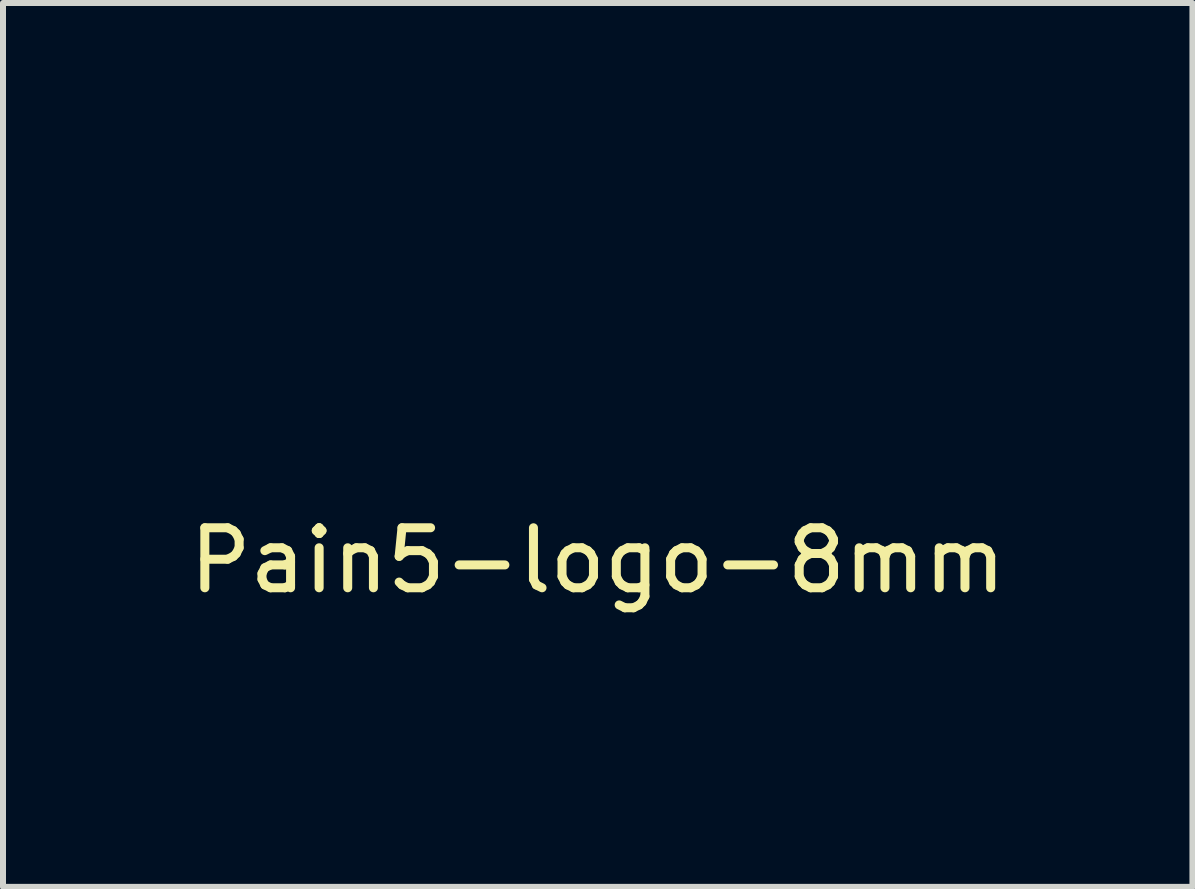
<source format=kicad_pcb>
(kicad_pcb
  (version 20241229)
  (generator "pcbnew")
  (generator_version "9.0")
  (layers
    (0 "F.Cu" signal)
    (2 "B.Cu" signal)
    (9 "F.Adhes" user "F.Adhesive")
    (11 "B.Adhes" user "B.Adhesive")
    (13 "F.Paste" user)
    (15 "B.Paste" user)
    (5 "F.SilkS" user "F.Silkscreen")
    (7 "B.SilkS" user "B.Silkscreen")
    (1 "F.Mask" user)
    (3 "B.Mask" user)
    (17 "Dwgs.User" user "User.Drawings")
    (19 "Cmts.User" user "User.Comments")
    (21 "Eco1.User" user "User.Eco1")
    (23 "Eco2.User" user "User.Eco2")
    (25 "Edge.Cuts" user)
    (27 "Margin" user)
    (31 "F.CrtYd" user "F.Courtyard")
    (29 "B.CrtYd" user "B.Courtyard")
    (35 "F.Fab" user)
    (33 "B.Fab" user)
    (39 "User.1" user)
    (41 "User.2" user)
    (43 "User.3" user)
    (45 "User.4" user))
  (footprint "Pain5-logo-8mm"
    (layer "F.Cu")
    (at 6.911 5.79)
    (property "Reference" "Pain5-logo-8mm" (at 0 0.5 0) (layer "F.SilkS") (effects (font (size 1 1) (thickness 0.15))))
    (attr through_hole)
    (fp_line (start -1.945 -0.31) (end -1.945 -0.224) (stroke (width 0.00002) (type solid)) (layer "F.SilkS"))
    (fp_line (start -1.945 -0.224) (end -1.944 -0.179) (stroke (width 0.00002) (type solid)) (layer "F.SilkS"))
    (fp_line (start -1.944 -0.179) (end -1.94 -0.111) (stroke (width 0.00002) (type solid)) (layer "F.SilkS"))
    (fp_line (start -1.94 -0.111) (end -1.935 -0.035) (stroke (width 0.00002) (type solid)) (layer "F.SilkS"))
    (fp_line (start -1.935 -0.035) (end -1.93 0.04) (stroke (width 0.00002) (type solid)) (layer "F.SilkS"))
    (fp_line (start -1.93 0.04) (end -1.922 0.132) (stroke (width 0.00002) (type solid)) (layer "F.SilkS"))
    (fp_line (start -1.922 0.132) (end -1.912 0.268) (stroke (width 0.00002) (type solid)) (layer "F.SilkS"))
    (fp_line (start -1.912 0.268) (end -1.9 0.421) (stroke (width 0.00002) (type solid)) (layer "F.SilkS"))
    (fp_line (start -1.9 0.421) (end -1.89 0.568) (stroke (width 0.00002) (type solid)) (layer "F.SilkS"))
    (fp_line (start -1.891 -0.364) (end -1.945 -0.31) (stroke (width 0.00002) (type solid)) (layer "F.SilkS"))
    (fp_line (start -1.89 0.568) (end -1.866 0.901) (stroke (width 0.00002) (type solid)) (layer "F.SilkS"))
    (fp_line (start -1.866 0.901) (end -1.852 1.069) (stroke (width 0.00002) (type solid)) (layer "F.SilkS"))
    (fp_line (start -1.858 -0.395) (end -1.891 -0.364) (stroke (width 0.00002) (type solid)) (layer "F.SilkS"))
    (fp_line (start -1.852 1.069) (end -1.843 1.17) (stroke (width 0.00002) (type solid)) (layer "F.SilkS"))
    (fp_line (start -1.592 -0.3) (end -1.633 -0.344) (stroke (width 0.00002) (type solid)) (layer "F.SilkS"))
    (fp_line (start -1.502 -0.328) (end -1.592 -0.3) (stroke (width 0.00002) (type solid)) (layer "F.SilkS"))
    (fp_line (start -1.498 0.859) (end -1.504 0.73) (stroke (width 0.00002) (type solid)) (layer "F.SilkS"))
    (fp_line (start -1.49 1.07) (end -1.498 0.859) (stroke (width 0.00002) (type solid)) (layer "F.SilkS"))
    (fp_line (start -1.49 1.172) (end -1.49 1.07) (stroke (width 0.00002) (type solid)) (layer "F.SilkS"))
    (fp_line (start -1.486 0.059) (end -1.434 0.038) (stroke (width 0.00002) (type solid)) (layer "F.SilkS"))
    (fp_line (start -1.479 0.225) (end -1.535 0.181) (stroke (width 0.00002) (type solid)) (layer "F.SilkS"))
    (fp_line (start -1.476 0.671) (end -1.444 0.675) (stroke (width 0.00002) (type solid)) (layer "F.SilkS"))
    (fp_line (start -1.444 0.675) (end -1.406 0.678) (stroke (width 0.00002) (type solid)) (layer "F.SilkS"))
    (fp_line (start -1.418 0.267) (end -1.479 0.225) (stroke (width 0.00002) (type solid)) (layer "F.SilkS"))
    (fp_line (start -1.406 0.678) (end -1.365 0.68) (stroke (width 0.00002) (type solid)) (layer "F.SilkS"))
    (fp_line (start -1.365 0.68) (end -1.306 0.682) (stroke (width 0.00002) (type solid)) (layer "F.SilkS"))
    (fp_line (start -1.341 0.017) (end -1.287 0.014) (stroke (width 0.00002) (type solid)) (layer "F.SilkS"))
    (fp_line (start -1.287 0.014) (end -1.254 0.014) (stroke (width 0.00002) (type solid)) (layer "F.SilkS"))
    (fp_line (start -1.234 0.675) (end -1.196 0.664) (stroke (width 0.00002) (type solid)) (layer "F.SilkS"))
    (fp_line (start -0.914 0.408) (end -0.881 0.333) (stroke (width 0.00002) (type solid)) (layer "F.SilkS"))
    (fp_line (start -0.846 0.193) (end -0.838 0.108) (stroke (width 0.00002) (type solid)) (layer "F.SilkS"))
    (fp_line (start -0.435 1.344) (end -0.424 1.436) (stroke (width 0.00002) (type solid)) (layer "F.SilkS"))
    (fp_line (start -0.364 1.231) (end -0.435 1.344) (stroke (width 0.00002) (type solid)) (layer "F.SilkS"))
    (fp_line (start -0.313 1.153) (end -0.364 1.231) (stroke (width 0.00002) (type solid)) (layer "F.SilkS"))
    (fp_line (start -0.166 1.053) (end -0.193 1.062) (stroke (width 0.00002) (type solid)) (layer "F.SilkS"))
    (fp_line (start -0.136 1.04) (end -0.166 1.053) (stroke (width 0.00002) (type solid)) (layer "F.SilkS"))
    (fp_line (start -0.135 -1.875) (end -0.014 -1.639) (stroke (width 0.00002) (type solid)) (layer "F.SilkS"))
    (fp_line (start -0.125 -3.149) (end -0.135 -1.875) (stroke (width 0.00002) (type solid)) (layer "F.SilkS"))
    (fp_line (start -0.111 -4.432) (end -0.125 -3.149) (stroke (width 0.00002) (type solid)) (layer "F.SilkS"))
    (fp_line (start -0.105 1.027) (end -0.136 1.04) (stroke (width 0.00002) (type solid)) (layer "F.SilkS"))
    (fp_line (start -0.089 -4.932) (end -0.111 -4.432) (stroke (width 0.00002) (type solid)) (layer "F.SilkS"))
    (fp_line (start -0.025 -0.074) (end 0.039 -0.076) (stroke (width 0.00002) (type solid)) (layer "F.SilkS"))
    (fp_line (start -0.014 -1.639) (end 0.095 -1.428) (stroke (width 0.00002) (type solid)) (layer "F.SilkS"))
    (fp_line (start 0.039 -0.076) (end 0.104 -0.072) (stroke (width 0.00002) (type solid)) (layer "F.SilkS"))
    (fp_line (start 0.095 -1.428) (end 0.16 -1.314) (stroke (width 0.00002) (type solid)) (layer "F.SilkS"))
    (fp_line (start 0.143 0.572) (end 0.185 0.554) (stroke (width 0.00002) (type solid)) (layer "F.SilkS"))
    (fp_line (start 0.154 -0.062) (end 0.183 -0.052) (stroke (width 0.00002) (type solid)) (layer "F.SilkS"))
    (fp_line (start 0.158 0.961) (end 0.008 0.99) (stroke (width 0.00002) (type solid)) (layer "F.SilkS"))
    (fp_line (start 0.185 0.554) (end 0.186 0.606) (stroke (width 0.00002) (type solid)) (layer "F.SilkS"))
    (fp_line (start 0.338 -0.387) (end 0.244 -0.412) (stroke (width 0.00002) (type solid)) (layer "F.SilkS"))
    (fp_line (start 0.351 0.938) (end 0.158 0.961) (stroke (width 0.00002) (type solid)) (layer "F.SilkS"))
    (fp_line (start 0.384 -0.416) (end 0.338 -0.387) (stroke (width 0.00002) (type solid)) (layer "F.SilkS"))
    (fp_line (start 0.404 -0.429) (end 0.384 -0.416) (stroke (width 0.00002) (type solid)) (layer "F.SilkS"))
    (fp_line (start 0.427 -0.442) (end 0.404 -0.429) (stroke (width 0.00002) (type solid)) (layer "F.SilkS"))
    (fp_line (start 0.449 -0.453) (end 0.427 -0.442) (stroke (width 0.00002) (type solid)) (layer "F.SilkS"))
    (fp_line (start 0.465 -0.461) (end 0.449 -0.453) (stroke (width 0.00002) (type solid)) (layer "F.SilkS"))
    (fp_line (start 0.502 -0.472) (end 0.482 -0.467) (stroke (width 0.00002) (type solid)) (layer "F.SilkS"))
    (fp_line (start 0.522 -0.476) (end 0.502 -0.472) (stroke (width 0.00002) (type solid)) (layer "F.SilkS"))
    (fp_line (start 0.525 0.649) (end 0.576 0.435) (stroke (width 0.00002) (type solid)) (layer "F.SilkS"))
    (fp_line (start 0.576 0.435) (end 0.623 0.22) (stroke (width 0.00002) (type solid)) (layer "F.SilkS"))
    (fp_line (start 0.601 0.921) (end 0.351 0.938) (stroke (width 0.00002) (type solid)) (layer "F.SilkS"))
    (fp_line (start 0.623 0.22) (end 0.652 0.058) (stroke (width 0.00002) (type solid)) (layer "F.SilkS"))
    (fp_line (start 0.652 0.058) (end 0.664 -0.052) (stroke (width 0.00002) (type solid)) (layer "F.SilkS"))
    (fp_line (start 0.664 -0.052) (end 0.669 -0.173) (stroke (width 0.00002) (type solid)) (layer "F.SilkS"))
    (fp_line (start 0.669 -0.173) (end 0.667 -0.285) (stroke (width 0.00002) (type solid)) (layer "F.SilkS"))
    (fp_line (start 0.778 -0.953) (end 0.94 -0.934) (stroke (width 0.00002) (type solid)) (layer "F.SilkS"))
    (fp_line (start 0.79 0.916) (end 0.601 0.921) (stroke (width 0.00002) (type solid)) (layer "F.SilkS"))
    (fp_line (start 0.94 -0.934) (end 1.144 -0.919) (stroke (width 0.00002) (type solid)) (layer "F.SilkS"))
    (fp_line (start 0.951 0.92) (end 0.79 0.916) (stroke (width 0.00002) (type solid)) (layer "F.SilkS"))
    (fp_line (start 0.999 0.488) (end 0.996 0.657) (stroke (width 0.00002) (type solid)) (layer "F.SilkS"))
    (fp_line (start 1.007 0.254) (end 0.999 0.488) (stroke (width 0.00002) (type solid)) (layer "F.SilkS"))
    (fp_line (start 1.021 0.052) (end 1.007 0.254) (stroke (width 0.00002) (type solid)) (layer "F.SilkS"))
    (fp_line (start 1.037 -0.111) (end 1.021 0.052) (stroke (width 0.00002) (type solid)) (layer "F.SilkS"))
    (fp_line (start 1.101 0.935) (end 0.951 0.92) (stroke (width 0.00002) (type solid)) (layer "F.SilkS"))
    (fp_line (start 1.114 -5.726) (end 0.99 -5.76) (stroke (width 0.00002) (type solid)) (layer "F.SilkS"))
    (fp_line (start 1.144 -0.919) (end 1.449 -0.904) (stroke (width 0.00002) (type solid)) (layer "F.SilkS"))
    (fp_line (start 1.168 -5.71) (end 1.114 -5.726) (stroke (width 0.00002) (type solid)) (layer "F.SilkS"))
    (fp_line (start 1.228 -5.694) (end 1.168 -5.71) (stroke (width 0.00002) (type solid)) (layer "F.SilkS"))
    (fp_line (start 1.255 0.962) (end 1.101 0.935) (stroke (width 0.00002) (type solid)) (layer "F.SilkS"))
    (fp_line (start 1.285 -5.681) (end 1.228 -5.694) (stroke (width 0.00002) (type solid)) (layer "F.SilkS"))
    (fp_line (start 1.329 -5.672) (end 1.285 -5.681) (stroke (width 0.00002) (type solid)) (layer "F.SilkS"))
    (fp_line (start 1.344 0.605) (end 1.37 0.261) (stroke (width 0.00002) (type solid)) (layer "F.SilkS"))
    (fp_line (start 1.352 0.984) (end 1.255 0.962) (stroke (width 0.00002) (type solid)) (layer "F.SilkS"))
    (fp_line (start 1.37 0.261) (end 1.395 -0.098) (stroke (width 0.00002) (type solid)) (layer "F.SilkS"))
    (fp_line (start 1.389 -0.547) (end 1.405 -0.578) (stroke (width 0.00002) (type solid)) (layer "F.SilkS"))
    (fp_line (start 1.414 -0.672) (end 1.411 -0.714) (stroke (width 0.00002) (type solid)) (layer "F.SilkS"))
    (fp_line (start 1.415 -0.629) (end 1.414 -0.672) (stroke (width 0.00002) (type solid)) (layer "F.SilkS"))
    (fp_line (start 1.426 1.005) (end 1.352 0.984) (stroke (width 0.00002) (type solid)) (layer "F.SilkS"))
    (fp_line (start 1.449 -0.904) (end 1.99 -0.882) (stroke (width 0.00002) (type solid)) (layer "F.SilkS"))
    (fp_line (start 1.488 1.027) (end 1.426 1.005) (stroke (width 0.00002) (type solid)) (layer "F.SilkS"))
    (fp_line (start 1.644 2.908) (end 2.028 2.935) (stroke (width 0.00002) (type solid)) (layer "F.SilkS"))
    (fp_line (start 1.67 -2.697) (end 1.673 -3.214) (stroke (width 0.00002) (type solid)) (layer "F.SilkS"))
    (fp_line (start 1.673 -3.214) (end 1.675 -3.413) (stroke (width 0.00002) (type solid)) (layer "F.SilkS"))
    (fp_line (start 1.675 -3.413) (end 1.677 -3.581) (stroke (width 0.00002) (type solid)) (layer "F.SilkS"))
    (fp_line (start 1.677 -3.581) (end 1.679 -3.731) (stroke (width 0.00002) (type solid)) (layer "F.SilkS"))
    (fp_line (start 1.685 -3.738) (end 1.762 -3.74) (stroke (width 0.00002) (type solid)) (layer "F.SilkS"))
    (fp_line (start 1.739 1.088) (end 1.597 1.069) (stroke (width 0.00002) (type solid)) (layer "F.SilkS"))
    (fp_line (start 1.747 -0.269) (end 1.755 0.102) (stroke (width 0.00002) (type solid)) (layer "F.SilkS"))
    (fp_line (start 1.752 -0.433) (end 1.747 -0.269) (stroke (width 0.00002) (type solid)) (layer "F.SilkS"))
    (fp_line (start 1.762 -3.74) (end 1.85 -3.742) (stroke (width 0.00002) (type solid)) (layer "F.SilkS"))
    (fp_line (start 1.85 -3.742) (end 1.953 -3.744) (stroke (width 0.00002) (type solid)) (layer "F.SilkS"))
    (fp_line (start 1.855 -2.697) (end 1.67 -2.697) (stroke (width 0.00002) (type solid)) (layer "F.SilkS"))
    (fp_line (start 1.904 -5.632) (end 1.546 -5.649) (stroke (width 0.00002) (type solid)) (layer "F.SilkS"))
    (fp_line (start 1.922 1.107) (end 1.739 1.088) (stroke (width 0.00002) (type solid)) (layer "F.SilkS"))
    (fp_line (start 1.953 -3.744) (end 3.286 -3.764) (stroke (width 0.00002) (type solid)) (layer "F.SilkS"))
    (fp_line (start 1.99 -0.882) (end 2.615 -0.847) (stroke (width 0.00002) (type solid)) (layer "F.SilkS"))
    (fp_line (start 2.028 2.935) (end 2.477 2.939) (stroke (width 0.00002) (type solid)) (layer "F.SilkS"))
    (fp_line (start 2.105 -0.343) (end 2.094 -0.426) (stroke (width 0.00002) (type solid)) (layer "F.SilkS"))
    (fp_line (start 2.109 -0.305) (end 2.105 -0.343) (stroke (width 0.00002) (type solid)) (layer "F.SilkS"))
    (fp_line (start 2.113 -0.273) (end 2.109 -0.305) (stroke (width 0.00002) (type solid)) (layer "F.SilkS"))
    (fp_line (start 2.113 -2.692) (end 1.855 -2.697) (stroke (width 0.00002) (type solid)) (layer "F.SilkS"))
    (fp_line (start 2.117 -0.245) (end 2.113 -0.273) (stroke (width 0.00002) (type solid)) (layer "F.SilkS"))
    (fp_line (start 2.13 -0.248) (end 2.122 -0.24) (stroke (width 0.00002) (type solid)) (layer "F.SilkS"))
    (fp_line (start 2.148 1.125) (end 1.922 1.107) (stroke (width 0.00002) (type solid)) (layer "F.SilkS"))
    (fp_line (start 2.152 -0.273) (end 2.141 -0.259) (stroke (width 0.00002) (type solid)) (layer "F.SilkS"))
    (fp_line (start 2.215 -0.349) (end 2.152 -0.273) (stroke (width 0.00002) (type solid)) (layer "F.SilkS"))
    (fp_line (start 2.272 0.587) (end 2.306 0.467) (stroke (width 0.00002) (type solid)) (layer "F.SilkS"))
    (fp_line (start 2.306 0.467) (end 2.345 0.289) (stroke (width 0.00002) (type solid)) (layer "F.SilkS"))
    (fp_line (start 2.345 0.289) (end 2.381 0.121) (stroke (width 0.00002) (type solid)) (layer "F.SilkS"))
    (fp_line (start 2.381 0.121) (end 2.406 0.018) (stroke (width 0.00002) (type solid)) (layer "F.SilkS"))
    (fp_line (start 2.386 -2.678) (end 2.113 -2.692) (stroke (width 0.00002) (type solid)) (layer "F.SilkS"))
    (fp_line (start 2.406 0.018) (end 2.426 -0.049) (stroke (width 0.00002) (type solid)) (layer "F.SilkS"))
    (fp_line (start 2.429 -5.619) (end 1.904 -5.632) (stroke (width 0.00002) (type solid)) (layer "F.SilkS"))
    (fp_line (start 2.453 -0.06) (end 2.472 -0.021) (stroke (width 0.00002) (type solid)) (layer "F.SilkS"))
    (fp_line (start 2.477 2.939) (end 2.905 2.924) (stroke (width 0.00002) (type solid)) (layer "F.SilkS"))
    (fp_line (start 2.492 0.03) (end 2.509 0.088) (stroke (width 0.00002) (type solid)) (layer "F.SilkS"))
    (fp_line (start 2.509 0.088) (end 2.528 0.174) (stroke (width 0.00002) (type solid)) (layer "F.SilkS"))
    (fp_line (start 2.528 0.174) (end 2.54 0.262) (stroke (width 0.00002) (type solid)) (layer "F.SilkS"))
    (fp_line (start 2.54 0.262) (end 2.548 0.373) (stroke (width 0.00002) (type solid)) (layer "F.SilkS"))
    (fp_line (start 2.548 0.373) (end 2.555 0.538) (stroke (width 0.00002) (type solid)) (layer "F.SilkS"))
    (fp_line (start 2.555 0.538) (end 2.559 0.649) (stroke (width 0.00002) (type solid)) (layer "F.SilkS"))
    (fp_line (start 2.559 0.649) (end 2.565 0.735) (stroke (width 0.00002) (type solid)) (layer "F.SilkS"))
    (fp_line (start 2.565 0.735) (end 2.57 0.798) (stroke (width 0.00002) (type solid)) (layer "F.SilkS"))
    (fp_line (start 2.653 -2.655) (end 2.386 -2.678) (stroke (width 0.00002) (type solid)) (layer "F.SilkS"))
    (fp_line (start 2.89 -2.627) (end 2.653 -2.655) (stroke (width 0.00002) (type solid)) (layer "F.SilkS"))
    (fp_line (start 2.909 0.728) (end 2.91 0.518) (stroke (width 0.00002) (type solid)) (layer "F.SilkS"))
    (fp_line (start 2.91 0.518) (end 2.904 0.263) (stroke (width 0.00002) (type solid)) (layer "F.SilkS"))
    (fp_line (start 3.214 2.888) (end 3.32 2.866) (stroke (width 0.00002) (type solid)) (layer "F.SilkS"))
    (fp_line (start 3.25 -5.607) (end 2.429 -5.619) (stroke (width 0.00002) (type solid)) (layer "F.SilkS"))
    (fp_line (start 3.286 -3.764) (end 4.022 -3.784) (stroke (width 0.00002) (type solid)) (layer "F.SilkS"))
    (fp_line (start 3.32 2.866) (end 3.451 2.833) (stroke (width 0.00002) (type solid)) (layer "F.SilkS"))
    (fp_line (start 3.451 2.833) (end 3.592 2.792) (stroke (width 0.00002) (type solid)) (layer "F.SilkS"))
    (fp_line (start 3.592 2.792) (end 3.731 2.748) (stroke (width 0.00002) (type solid)) (layer "F.SilkS"))
    (fp_line (start 4.022 -3.784) (end 4.488 -3.809) (stroke (width 0.00002) (type solid)) (layer "F.SilkS"))
    (fp_line (start 4.17 -5.592) (end 3.25 -5.607) (stroke (width 0.00002) (type solid)) (layer "F.SilkS"))
    (fp_line (start 4.575 -5.568) (end 4.17 -5.592) (stroke (width 0.00002) (type solid)) (layer "F.SilkS"))
    (fp_line (start 4.778 -3.848) (end 4.856 -3.867) (stroke (width 0.00002) (type solid)) (layer "F.SilkS"))
    (fp_line (start 5.475 0.912) (end 5.532 0.538) (stroke (width 0.00002) (type solid)) (layer "F.SilkS"))
    (fp_line (start 5.532 -0.512) (end 5.485 -0.785) (stroke (width 0.00002) (type solid)) (layer "F.SilkS"))
    (fp_line (start 5.547 0.33) (end 5.551 0.003) (stroke (width 0.00002) (type solid)) (layer "F.SilkS"))
    (fp_line (start 5.551 0.003) (end 5.547 -0.322) (stroke (width 0.00002) (type solid)) (layer "F.SilkS"))
    (fp_arc (start -1.858332 -0.395039) (mid -1.848928 -0.402616) (end -1.838649 -0.408955) (stroke (width 0.00002) (type solid)) (layer "F.SilkS"))
    (fp_arc (start -1.83865 -0.408956) (mid -1.829221 -0.412956) (end -1.819235 -0.415232) (stroke (width 0.00002) (type solid)) (layer "F.SilkS"))
    (fp_arc (start -1.833695 1.223552) (mid -1.83887 1.196899) (end -1.842508 1.169993) (stroke (width 0.00002) (type solid)) (layer "F.SilkS"))
    (fp_arc (start -1.819235 -0.415232) (mid -1.805044 -0.41668) (end -1.790788 -0.417164) (stroke (width 0.00002) (type solid)) (layer "F.SilkS"))
    (fp_arc (start -1.811217 1.27808) (mid -1.824787 1.251777) (end -1.833696 1.223553) (stroke (width 0.00002) (type solid)) (layer "F.SilkS"))
    (fp_arc (start -1.790788 -0.417164) (mid -1.768265 -0.416106) (end -1.745941 -0.412941) (stroke (width 0.00002) (type solid)) (layer "F.SilkS"))
    (fp_arc (start -1.772158 1.320603) (mid -1.793621 1.301118) (end -1.811216 1.27808) (stroke (width 0.00002) (type solid)) (layer "F.SilkS"))
    (fp_arc (start -1.745941 -0.41294) (mid -1.72597 -0.407858) (end -1.706772 -0.400369) (stroke (width 0.00002) (type solid)) (layer "F.SilkS"))
    (fp_arc (start -1.719567 1.347314) (mid -1.747044 1.336285) (end -1.772158 1.320603) (stroke (width 0.00002) (type solid)) (layer "F.SilkS"))
    (fp_arc (start -1.706772 -0.40037) (mid -1.687877 -0.390254) (end -1.670284 -0.378012) (stroke (width 0.00002) (type solid)) (layer "F.SilkS"))
    (fp_arc (start -1.670284 -0.378012) (mid -1.651224 -0.361859) (end -1.633407 -0.344345) (stroke (width 0.00002) (type solid)) (layer "F.SilkS"))
    (fp_arc (start -1.658028 1.356114) (mid -1.689132 1.354048) (end -1.719568 1.347314) (stroke (width 0.00002) (type solid)) (layer "F.SilkS"))
    (fp_arc (start -1.613566 1.350561) (mid -1.635637 1.354616) (end -1.658028 1.356114) (stroke (width 0.00002) (type solid)) (layer "F.SilkS"))
    (fp_arc (start -1.574108 1.335056) (mid -1.593312 1.344144) (end -1.613566 1.35056) (stroke (width 0.00002) (type solid)) (layer "F.SilkS"))
    (fp_arc (start -1.554069 0.12445) (mid -1.551683 0.111911) (end -1.546039 0.100462) (stroke (width 0.00002) (type solid)) (layer "F.SilkS"))
    (fp_arc (start -1.551034 0.155336) (mid -1.55372 0.140007) (end -1.554069 0.124449) (stroke (width 0.00002) (type solid)) (layer "F.SilkS"))
    (fp_arc (start -1.546039 0.100462) (mid -1.536537 0.089125) (end -1.524887 0.080009) (stroke (width 0.00002) (type solid)) (layer "F.SilkS"))
    (fp_arc (start -1.540328 1.309626) (mid -1.556353 1.323489) (end -1.574107 1.335057) (stroke (width 0.00002) (type solid)) (layer "F.SilkS"))
    (fp_arc (start -1.535349 0.180508) (mid -1.545148 0.169141) (end -1.551035 0.155336) (stroke (width 0.00002) (type solid)) (layer "F.SilkS"))
    (fp_arc (start -1.524887 0.080009) (mid -1.506015 0.069079) (end -1.486437 0.059472) (stroke (width 0.00002) (type solid)) (layer "F.SilkS"))
    (fp_arc (start -1.512591 1.274832) (mid -1.525443 1.293039) (end -1.540328 1.309625) (stroke (width 0.00002) (type solid)) (layer "F.SilkS"))
    (fp_arc (start -1.503853 0.730372) (mid -1.5042 0.709107) (end -1.503575 0.687849) (stroke (width 0.00002) (type solid)) (layer "F.SilkS"))
    (fp_arc (start -1.503574 0.687849) (mid -1.502089 0.679129) (end -1.498631 0.670987) (stroke (width 0.00002) (type solid)) (layer "F.SilkS"))
    (fp_arc (start -1.502345 -0.328392) (mid -1.419691 -0.350711) (end -1.335516 -0.366341) (stroke (width 0.00002) (type solid)) (layer "F.SilkS"))
    (fp_arc (start -1.498631 0.670986) (mid -1.494208 0.667332) (end -1.488474 0.667526) (stroke (width 0.00002) (type solid)) (layer "F.SilkS"))
    (fp_arc (start -1.496621 1.233411) (mid -1.502651 1.254875) (end -1.512592 1.274832) (stroke (width 0.00002) (type solid)) (layer "F.SilkS"))
    (fp_arc (start -1.490029 1.171943) (mid -1.492204 1.202797) (end -1.49662 1.233411) (stroke (width 0.00002) (type solid)) (layer "F.SilkS"))
    (fp_arc (start -1.476018 0.670858) (mid -1.482358 0.669611) (end -1.488474 0.667526) (stroke (width 0.00002) (type solid)) (layer "F.SilkS"))
    (fp_arc (start -1.433543 0.03802) (mid -1.410828 0.030548) (end -1.387695 0.024495) (stroke (width 0.00002) (type solid)) (layer "F.SilkS"))
    (fp_arc (start -1.387695 0.024495) (mid -1.364648 0.019984) (end -1.341362 0.016943) (stroke (width 0.00002) (type solid)) (layer "F.SilkS"))
    (fp_arc (start -1.371847 0.289706) (mid -1.39575 0.2798) (end -1.418384 0.267262) (stroke (width 0.00002) (type solid)) (layer "F.SilkS"))
    (fp_arc (start -1.335515 -0.366341) (mid -1.262655 -0.372142) (end -1.189652 -0.368583) (stroke (width 0.00002) (type solid)) (layer "F.SilkS"))
    (fp_arc (start -1.3239 0.295195) (mid -1.34818 0.295128) (end -1.371847 0.289706) (stroke (width 0.00002) (type solid)) (layer "F.SilkS"))
    (fp_arc (start -1.280868 0.278861) (mid -1.30134 0.289779) (end -1.3239 0.295195) (stroke (width 0.00002) (type solid)) (layer "F.SilkS"))
    (fp_arc (start -1.26714 0.680232) (mid -1.286409 0.681601) (end -1.305724 0.6819) (stroke (width 0.00002) (type solid)) (layer "F.SilkS"))
    (fp_arc (start -1.254228 0.014214) (mid -1.243587 0.015127) (end -1.233078 0.017033) (stroke (width 0.00002) (type solid)) (layer "F.SilkS"))
    (fp_arc (start -1.241627 0.238184) (mid -1.259348 0.260354) (end -1.280868 0.27886) (stroke (width 0.00002) (type solid)) (layer "F.SilkS"))
    (fp_arc (start -1.234239 0.674595) (mid -1.250589 0.677997) (end -1.267139 0.680231) (stroke (width 0.00002) (type solid)) (layer "F.SilkS"))
    (fp_arc (start -1.233078 0.017033) (mid -1.225201 0.019439) (end -1.217737 0.022922) (stroke (width 0.00002) (type solid)) (layer "F.SilkS"))
    (fp_arc (start -1.217736 0.022921) (mid -1.210815 0.02742) (end -1.204587 0.032836) (stroke (width 0.00002) (type solid)) (layer "F.SilkS"))
    (fp_arc (start -1.204643 0.171063) (mid -1.221832 0.205341) (end -1.241627 0.238184) (stroke (width 0.00002) (type solid)) (layer "F.SilkS"))
    (fp_arc (start -1.204588 0.032836) (mid -1.195876 0.044005) (end -1.190147 0.056959) (stroke (width 0.00002) (type solid)) (layer "F.SilkS"))
    (fp_arc (start -1.190147 0.05696) (mid -1.186465 0.073432) (end -1.185233 0.090266) (stroke (width 0.00002) (type solid)) (layer "F.SilkS"))
    (fp_arc (start -1.190107 0.129498) (mid -1.196443 0.150606) (end -1.204643 0.171063) (stroke (width 0.00002) (type solid)) (layer "F.SilkS"))
    (fp_arc (start -1.189653 -0.368584) (mid -1.126012 -0.356508) (end -1.06488 -0.335088) (stroke (width 0.00002) (type solid)) (layer "F.SilkS"))
    (fp_arc (start -1.185232 0.090266) (mid -1.186459 0.110032) (end -1.190107 0.129498) (stroke (width 0.00002) (type solid)) (layer "F.SilkS"))
    (fp_arc (start -1.107225 0.623431) (mid -1.150796 0.645631) (end -1.1963 0.663536) (stroke (width 0.00002) (type solid)) (layer "F.SilkS"))
    (fp_arc (start -1.06488 -0.335088) (mid -1.009902 -0.30541) (end -0.960603 -0.267032) (stroke (width 0.00002) (type solid)) (layer "F.SilkS"))
    (fp_arc (start -1.031138 0.568249) (mid -1.067689 0.597898) (end -1.107225 0.623432) (stroke (width 0.00002) (type solid)) (layer "F.SilkS"))
    (fp_arc (start -0.967169 0.496748) (mid -0.997268 0.534185) (end -1.031138 0.568249) (stroke (width 0.00002) (type solid)) (layer "F.SilkS"))
    (fp_arc (start -0.960603 -0.267032) (mid -0.928842 -0.233581) (end -0.901806 -0.196207) (stroke (width 0.00002) (type solid)) (layer "F.SilkS"))
    (fp_arc (start -0.914089 0.408151) (mid -0.938752 0.453574) (end -0.967169 0.496748) (stroke (width 0.00002) (type solid)) (layer "F.SilkS"))
    (fp_arc (start -0.901806 -0.196207) (mid -0.879033 -0.154419) (end -0.861486 -0.110182) (stroke (width 0.00002) (type solid)) (layer "F.SilkS"))
    (fp_arc (start -0.861486 -0.110181) (mid -0.848028 -0.060052) (end -0.840119 -0.008754) (stroke (width 0.00002) (type solid)) (layer "F.SilkS"))
    (fp_arc (start -0.859353 0.265118) (mid -0.869255 0.299562) (end -0.881253 0.333334) (stroke (width 0.00002) (type solid)) (layer "F.SilkS"))
    (fp_arc (start -0.845608 0.193423) (mid -0.851408 0.229476) (end -0.859353 0.265118) (stroke (width 0.00002) (type solid)) (layer "F.SilkS"))
    (fp_arc (start -0.840119 -0.008755) (mid -0.836634 0.049493) (end -0.837647 0.107836) (stroke (width 0.00002) (type solid)) (layer "F.SilkS"))
    (fp_arc (start -0.501126 0.049603) (mid -0.499145 -0.028089) (end -0.488126 -0.105022) (stroke (width 0.00002) (type solid)) (layer "F.SilkS"))
    (fp_arc (start -0.488126 -0.105022) (mid -0.469558 -0.17357) (end -0.442409 -0.239194) (stroke (width 0.00002) (type solid)) (layer "F.SilkS"))
    (fp_arc (start -0.478723 0.207158) (mid -0.494197 0.128988) (end -0.501126 0.049603) (stroke (width 0.00002) (type solid)) (layer "F.SilkS"))
    (fp_arc (start -0.44241 -0.239195) (mid -0.410085 -0.291406) (end -0.368191 -0.336304) (stroke (width 0.00002) (type solid)) (layer "F.SilkS"))
    (fp_arc (start -0.439542 0.316106) (mid -0.461739 0.26257) (end -0.478723 0.207159) (stroke (width 0.00002) (type solid)) (layer "F.SilkS"))
    (fp_arc (start -0.379345 0.419343) (mid -0.411691 0.369035) (end -0.439542 0.316105) (stroke (width 0.00002) (type solid)) (layer "F.SilkS"))
    (fp_arc (start -0.373218 1.669385) (mid -0.404526 1.55389) (end -0.424204 1.435856) (stroke (width 0.00002) (type solid)) (layer "F.SilkS"))
    (fp_arc (start -0.36819 -0.336304) (mid -0.315658 -0.374296) (end -0.256862 -0.401609) (stroke (width 0.00002) (type solid)) (layer "F.SilkS"))
    (fp_arc (start -0.313423 1.152983) (mid -0.296057 1.129584) (end -0.27692 1.10761) (stroke (width 0.00002) (type solid)) (layer "F.SilkS"))
    (fp_arc (start -0.30693 0.504168) (mid -0.345084 0.463417) (end -0.379345 0.419343) (stroke (width 0.00002) (type solid)) (layer "F.SilkS"))
    (fp_arc (start -0.277616 1.883727) (mid -0.331053 1.77907) (end -0.373218 1.669385) (stroke (width 0.00002) (type solid)) (layer "F.SilkS"))
    (fp_arc (start -0.27692 1.10761) (mid -0.261619 1.093305) (end -0.244628 1.081055) (stroke (width 0.00002) (type solid)) (layer "F.SilkS"))
    (fp_arc (start -0.256862 -0.401609) (mid -0.181352 -0.423748) (end -0.103894 -0.437615) (stroke (width 0.00002) (type solid)) (layer "F.SilkS"))
    (fp_arc (start -0.244628 1.081055) (mid -0.227824 1.072418) (end -0.209786 1.066797) (stroke (width 0.00002) (type solid)) (layer "F.SilkS"))
    (fp_arc (start -0.231364 0.557394) (mid -0.271265 0.533788) (end -0.306931 0.504168) (stroke (width 0.00002) (type solid)) (layer "F.SilkS"))
    (fp_arc (start -0.193458 1.062215) (mid -0.201556 1.064742) (end -0.209786 1.066797) (stroke (width 0.00002) (type solid)) (layer "F.SilkS"))
    (fp_arc (start -0.167734 0.031068) (mid -0.163285 0.016261) (end -0.156132 0.002553) (stroke (width 0.00002) (type solid)) (layer "F.SilkS"))
    (fp_arc (start -0.16722 0.083199) (mid -0.170188 0.05716) (end -0.167734 0.031068) (stroke (width 0.00002) (type solid)) (layer "F.SilkS"))
    (fp_arc (start -0.156132 0.002553) (mid -0.144972 -0.012858) (end -0.132293 -0.027044) (stroke (width 0.00002) (type solid)) (layer "F.SilkS"))
    (fp_arc (start -0.147695 0.585495) (mid -0.190449 0.574184) (end -0.231363 0.557394) (stroke (width 0.00002) (type solid)) (layer "F.SilkS"))
    (fp_arc (start -0.146219 0.13611) (mid -0.15885 0.1105) (end -0.167219 0.083199) (stroke (width 0.00002) (type solid)) (layer "F.SilkS"))
    (fp_arc (start -0.134419 2.082454) (mid -0.210979 1.986665) (end -0.277616 1.883726) (stroke (width 0.00002) (type solid)) (layer "F.SilkS"))
    (fp_arc (start -0.132293 -0.027044) (mid -0.117852 -0.04022) (end -0.102156 -0.051873) (stroke (width 0.00002) (type solid)) (layer "F.SilkS"))
    (fp_arc (start -0.10991 0.179114) (mid -0.129817 0.159092) (end -0.146219 0.13611) (stroke (width 0.00002) (type solid)) (layer "F.SilkS"))
    (fp_arc (start -0.104587 1.027463) (mid -0.049074 1.00612) (end 0.008108 0.989769) (stroke (width 0.00002) (type solid)) (layer "F.SilkS"))
    (fp_arc (start -0.103894 -0.437615) (mid -0.017075 -0.444021) (end 0.069953 -0.44182) (stroke (width 0.00002) (type solid)) (layer "F.SilkS"))
    (fp_arc (start -0.102156 -0.051873) (mid -0.087343 -0.060188) (end -0.071435 -0.066145) (stroke (width 0.00002) (type solid)) (layer "F.SilkS"))
    (fp_arc (start -0.089426 -4.931932) (mid -0.072999 -5.075167) (end -0.045007 -5.216598) (stroke (width 0.00002) (type solid)) (layer "F.SilkS"))
    (fp_arc (start -0.071435 -0.066145) (mid -0.048616 -0.071435) (end -0.02536 -0.07424) (stroke (width 0.00002) (type solid)) (layer "F.SilkS"))
    (fp_arc (start -0.065212 0.202669) (mid -0.088874 0.193382) (end -0.10991 0.179114) (stroke (width 0.00002) (type solid)) (layer "F.SilkS"))
    (fp_arc (start -0.045007 -5.216598) (mid -0.009433 -5.325354) (end 0.043037 -5.427041) (stroke (width 0.00002) (type solid)) (layer "F.SilkS"))
    (fp_arc (start -0.042605 0.597789) (mid -0.095386 0.59366) (end -0.147695 0.585495) (stroke (width 0.00002) (type solid)) (layer "F.SilkS"))
    (fp_arc (start 0.026465 0.201909) (mid -0.019322 0.208545) (end -0.065212 0.202668) (stroke (width 0.00002) (type solid)) (layer "F.SilkS"))
    (fp_arc (start 0.043037 -5.427041) (mid 0.09533 -5.50067) (end 0.156204 -5.567379) (stroke (width 0.00002) (type solid)) (layer "F.SilkS"))
    (fp_arc (start 0.058276 2.269575) (mid -0.041623 2.179672) (end -0.134418 2.082454) (stroke (width 0.00002) (type solid)) (layer "F.SilkS"))
    (fp_arc (start 0.06178 0.59388) (mid 0.009663 0.597848) (end -0.042605 0.597789) (stroke (width 0.00002) (type solid)) (layer "F.SilkS"))
    (fp_arc (start 0.069952 -0.44182) (mid 0.157812 -0.431063) (end 0.244271 -0.412096) (stroke (width 0.00002) (type solid)) (layer "F.SilkS"))
    (fp_arc (start 0.104091 -0.071665) (mid 0.12907 -0.067854) (end 0.153597 -0.061776) (stroke (width 0.00002) (type solid)) (layer "F.SilkS"))
    (fp_arc (start 0.116314 0.154758) (mid 0.0738 0.182925) (end 0.026466 0.20191) (stroke (width 0.00002) (type solid)) (layer "F.SilkS"))
    (fp_arc (start 0.142912 0.572254) (mid 0.103136 0.586033) (end 0.061779 0.59388) (stroke (width 0.00002) (type solid)) (layer "F.SilkS"))
    (fp_arc (start 0.156204 -5.567379) (mid 0.224892 -5.626347) (end 0.300209 -5.676574) (stroke (width 0.00002) (type solid)) (layer "F.SilkS"))
    (fp_arc (start 0.181956 0.074484) (mid 0.153129 0.117887) (end 0.116314 0.154758) (stroke (width 0.00002) (type solid)) (layer "F.SilkS"))
    (fp_arc (start 0.183077 -0.052145) (mid 0.19023 -0.048873) (end 0.196717 -0.044423) (stroke (width 0.00002) (type solid)) (layer "F.SilkS"))
    (fp_arc (start 0.194449 0.665136) (mid 0.188118 0.635812) (end 0.185832 0.605899) (stroke (width 0.00002) (type solid)) (layer "F.SilkS"))
    (fp_arc (start 0.196717 -0.044423) (mid 0.20071 -0.039986) (end 0.203208 -0.034565) (stroke (width 0.00002) (type solid)) (layer "F.SilkS"))
    (fp_arc (start 0.203209 -0.034565) (mid 0.204826 -0.026997) (end 0.205357 -0.019276) (stroke (width 0.00002) (type solid)) (layer "F.SilkS"))
    (fp_arc (start 0.205357 -0.019275) (mid 0.199369 0.02903) (end 0.181956 0.074484) (stroke (width 0.00002) (type solid)) (layer "F.SilkS"))
    (fp_arc (start 0.214219 -1.236226) (mid 0.1862 -1.274435) (end 0.160335 -1.314134) (stroke (width 0.00002) (type solid)) (layer "F.SilkS"))
    (fp_arc (start 0.218667 0.713207) (mid 0.204318 0.6903) (end 0.194449 0.665136) (stroke (width 0.00002) (type solid)) (layer "F.SilkS"))
    (fp_arc (start 0.258528 0.748954) (mid 0.236919 0.732952) (end 0.218667 0.713207) (stroke (width 0.00002) (type solid)) (layer "F.SilkS"))
    (fp_arc (start 0.275949 -1.165433) (mid 0.24408 -1.199955) (end 0.214219 -1.236227) (stroke (width 0.00002) (type solid)) (layer "F.SilkS"))
    (fp_arc (start 0.300209 -5.676574) (mid 0.383086 -5.718535) (end 0.470317 -5.750476) (stroke (width 0.00002) (type solid)) (layer "F.SilkS"))
    (fp_arc (start 0.312889 0.772158) (mid 0.284893 0.762467) (end 0.258528 0.748954) (stroke (width 0.00002) (type solid)) (layer "F.SilkS"))
    (fp_arc (start 0.365551 0.776989) (mid 0.339013 0.776837) (end 0.31289 0.772157) (stroke (width 0.00002) (type solid)) (layer "F.SilkS"))
    (fp_arc (start 0.369679 -1.086695) (mid 0.320878 -1.123759) (end 0.275949 -1.165432) (stroke (width 0.00002) (type solid)) (layer "F.SilkS"))
    (fp_arc (start 0.383959 2.49379) (mid 0.215962 2.389171) (end 0.058275 2.269575) (stroke (width 0.00002) (type solid)) (layer "F.SilkS"))
    (fp_arc (start 0.420785 0.764601) (mid 0.393604 0.77274) (end 0.365551 0.776989) (stroke (width 0.00002) (type solid)) (layer "F.SilkS"))
    (fp_arc (start 0.465412 -0.461206) (mid 0.473427 -0.464385) (end 0.481626 -0.467052) (stroke (width 0.00002) (type solid)) (layer "F.SilkS"))
    (fp_arc (start 0.46975 0.737621) (mid 0.446229 0.752857) (end 0.420784 0.764601) (stroke (width 0.00002) (type solid)) (layer "F.SilkS"))
    (fp_arc (start 0.470317 -5.750476) (mid 0.564424 -5.773533) (end 0.660413 -5.786719) (stroke (width 0.00002) (type solid)) (layer "F.SilkS"))
    (fp_arc (start 0.476422 -1.028345) (mid 0.421589 -1.054846) (end 0.369679 -1.086695) (stroke (width 0.00002) (type solid)) (layer "F.SilkS"))
    (fp_arc (start 0.504136 0.699902) (mid 0.488699 0.720362) (end 0.469751 0.737621) (stroke (width 0.00002) (type solid)) (layer "F.SilkS"))
    (fp_arc (start 0.521826 -0.475527) (mid 0.53051 -0.476416) (end 0.539232 -0.476772) (stroke (width 0.00002) (type solid)) (layer "F.SilkS"))
    (fp_arc (start 0.52532 0.649076) (mid 0.516748 0.675331) (end 0.504136 0.699902) (stroke (width 0.00002) (type solid)) (layer "F.SilkS"))
    (fp_arc (start 0.539232 -0.476772) (mid 0.558341 -0.474762) (end 0.57649 -0.468453) (stroke (width 0.00002) (type solid)) (layer "F.SilkS"))
    (fp_arc (start 0.57649 -0.468453) (mid 0.594533 -0.457694) (end 0.610406 -0.443935) (stroke (width 0.00002) (type solid)) (layer "F.SilkS"))
    (fp_arc (start 0.607896 -0.985402) (mid 0.541252 -1.004096) (end 0.476422 -1.028344) (stroke (width 0.00002) (type solid)) (layer "F.SilkS"))
    (fp_arc (start 0.610406 -0.443935) (mid 0.625682 -0.425545) (end 0.63803 -0.405074) (stroke (width 0.00002) (type solid)) (layer "F.SilkS"))
    (fp_arc (start 0.63803 -0.405075) (mid 0.648768 -0.380609) (end 0.656804 -0.355127) (stroke (width 0.00002) (type solid)) (layer "F.SilkS"))
    (fp_arc (start 0.656804 -0.355127) (mid 0.663827 -0.320421) (end 0.66722 -0.285175) (stroke (width 0.00002) (type solid)) (layer "F.SilkS"))
    (fp_arc (start 0.660413 -5.786718) (mid 0.714475 -5.789827) (end 0.768627 -5.789995) (stroke (width 0.00002) (type solid)) (layer "F.SilkS"))
    (fp_arc (start 0.768627 -5.789995) (mid 0.822654 -5.787218) (end 0.876449 -5.781501) (stroke (width 0.00002) (type solid)) (layer "F.SilkS"))
    (fp_arc (start 0.777901 -0.953131) (mid 0.692546 -0.96741) (end 0.607895 -0.985402) (stroke (width 0.00002) (type solid)) (layer "F.SilkS"))
    (fp_arc (start 0.786503 2.686702) (mid 0.582137 2.596702) (end 0.383959 2.49379) (stroke (width 0.00002) (type solid)) (layer "F.SilkS"))
    (fp_arc (start 0.876449 -5.781502) (mid 0.933268 -5.77242) (end 0.989553 -5.76047) (stroke (width 0.00002) (type solid)) (layer "F.SilkS"))
    (fp_arc (start 1.001555 0.72391) (mid 0.996909 0.690441) (end 0.995561 0.656677) (stroke (width 0.00002) (type solid)) (layer "F.SilkS"))
    (fp_arc (start 1.020088 0.767175) (mid 1.008456 0.746556) (end 1.001554 0.72391) (stroke (width 0.00002) (type solid)) (layer "F.SilkS"))
    (fp_arc (start 1.03703 -0.111098) (mid 1.044718 -0.160488) (end 1.055959 -0.209192) (stroke (width 0.00002) (type solid)) (layer "F.SilkS"))
    (fp_arc (start 1.055959 -0.209192) (mid 1.061813 -0.226956) (end 1.069592 -0.243966) (stroke (width 0.00002) (type solid)) (layer "F.SilkS"))
    (fp_arc (start 1.056042 -0.650079) (mid 1.062914 -0.692518) (end 1.076031 -0.733459) (stroke (width 0.00002) (type solid)) (layer "F.SilkS"))
    (fp_arc (start 1.059688 0.810859) (mid 1.038643 0.790146) (end 1.020089 0.767175) (stroke (width 0.00002) (type solid)) (layer "F.SilkS"))
    (fp_arc (start 1.065022 -0.573349) (mid 1.056639 -0.611258) (end 1.056042 -0.650079) (stroke (width 0.00002) (type solid)) (layer "F.SilkS"))
    (fp_arc (start 1.069591 -0.243966) (mid 1.078876 -0.259175) (end 1.090025 -0.273075) (stroke (width 0.00002) (type solid)) (layer "F.SilkS"))
    (fp_arc (start 1.076031 -0.733459) (mid 1.094579 -0.77071) (end 1.118632 -0.804666) (stroke (width 0.00002) (type solid)) (layer "F.SilkS"))
    (fp_arc (start 1.090025 -0.273076) (mid 1.102838 -0.285423) (end 1.117123 -0.296033) (stroke (width 0.00002) (type solid)) (layer "F.SilkS"))
    (fp_arc (start 1.111397 0.842255) (mid 1.084166 0.828824) (end 1.059688 0.810859) (stroke (width 0.00002) (type solid)) (layer "F.SilkS"))
    (fp_arc (start 1.117123 -0.296033) (mid 1.133304 -0.305277) (end 1.150413 -0.312662) (stroke (width 0.00002) (type solid)) (layer "F.SilkS"))
    (fp_arc (start 1.118632 -0.804667) (mid 1.144444 -0.828851) (end 1.175418 -0.845929) (stroke (width 0.00002) (type solid)) (layer "F.SilkS"))
    (fp_arc (start 1.124 -0.485445) (mid 1.088492 -0.525359) (end 1.065021 -0.573349) (stroke (width 0.00002) (type solid)) (layer "F.SilkS"))
    (fp_arc (start 1.150412 -0.312662) (mid 1.169567 -0.318379) (end 1.189279 -0.321694) (stroke (width 0.00002) (type solid)) (layer "F.SilkS"))
    (fp_arc (start 1.168342 0.852099) (mid 1.139377 0.850028) (end 1.111397 0.842254) (stroke (width 0.00002) (type solid)) (layer "F.SilkS"))
    (fp_arc (start 1.175418 -0.845929) (mid 1.201772 -0.853888) (end 1.229101 -0.857211) (stroke (width 0.00002) (type solid)) (layer "F.SilkS"))
    (fp_arc (start 1.18928 -0.321694) (mid 1.210737 -0.32288) (end 1.232205 -0.321931) (stroke (width 0.00002) (type solid)) (layer "F.SilkS"))
    (fp_arc (start 1.216827 -0.446851) (mid 1.167363 -0.45881) (end 1.124001 -0.485445) (stroke (width 0.00002) (type solid)) (layer "F.SilkS"))
    (fp_arc (start 1.221185 2.830678) (mid 1.001578 2.76553) (end 0.786503 2.686702) (stroke (width 0.00002) (type solid)) (layer "F.SilkS"))
    (fp_arc (start 1.225308 0.839056) (mid 1.197469 0.848387) (end 1.168343 0.852099) (stroke (width 0.00002) (type solid)) (layer "F.SilkS"))
    (fp_arc (start 1.229101 -0.857211) (mid 1.257009 -0.855883) (end 1.28432 -0.849992) (stroke (width 0.00002) (type solid)) (layer "F.SilkS"))
    (fp_arc (start 1.232205 -0.32193) (mid 1.253319 -0.31887) (end 1.274022 -0.313717) (stroke (width 0.00002) (type solid)) (layer "F.SilkS"))
    (fp_arc (start 1.274022 -0.313717) (mid 1.292328 -0.30685) (end 1.309591 -0.297671) (stroke (width 0.00002) (type solid)) (layer "F.SilkS"))
    (fp_arc (start 1.277036 0.804678) (mid 1.252592 0.824003) (end 1.225308 0.839056) (stroke (width 0.00002) (type solid)) (layer "F.SilkS"))
    (fp_arc (start 1.28432 -0.849992) (mid 1.311185 -0.839445) (end 1.336049 -0.824791) (stroke (width 0.00002) (type solid)) (layer "F.SilkS"))
    (fp_arc (start 1.294832 0.786071) (mid 1.286195 0.795625) (end 1.277035 0.804678) (stroke (width 0.00002) (type solid)) (layer "F.SilkS"))
    (fp_arc (start 1.308826 0.767046) (mid 1.302176 0.776814) (end 1.294833 0.786072) (stroke (width 0.00002) (type solid)) (layer "F.SilkS"))
    (fp_arc (start 1.309591 -0.297671) (mid 1.322925 -0.288039) (end 1.334739 -0.276593) (stroke (width 0.00002) (type solid)) (layer "F.SilkS"))
    (fp_arc (start 1.315373 -0.469926) (mid 1.267905 -0.450678) (end 1.216827 -0.44685) (stroke (width 0.00002) (type solid)) (layer "F.SilkS"))
    (fp_arc (start 1.318997 0.747625) (mid 1.314295 0.757536) (end 1.308826 0.767046) (stroke (width 0.00002) (type solid)) (layer "F.SilkS"))
    (fp_arc (start 1.325359 0.727836) (mid 1.322636 0.737878) (end 1.318997 0.747625) (stroke (width 0.00002) (type solid)) (layer "F.SilkS"))
    (fp_arc (start 1.334739 -0.276593) (mid 1.347354 -0.261245) (end 1.358663 -0.244911) (stroke (width 0.00002) (type solid)) (layer "F.SilkS"))
    (fp_arc (start 1.336049 -0.824791) (mid 1.359254 -0.805911) (end 1.379544 -0.78393) (stroke (width 0.00002) (type solid)) (layer "F.SilkS"))
    (fp_arc (start 1.343893 0.605208) (mid 1.33673 0.66684) (end 1.325359 0.727836) (stroke (width 0.00002) (type solid)) (layer "F.SilkS"))
    (fp_arc (start 1.358663 -0.244911) (mid 1.369122 -0.226834) (end 1.378107 -0.207981) (stroke (width 0.00002) (type solid)) (layer "F.SilkS"))
    (fp_arc (start 1.378107 -0.20798) (mid 1.38489 -0.189724) (end 1.38985 -0.17089) (stroke (width 0.00002) (type solid)) (layer "F.SilkS"))
    (fp_arc (start 1.379544 -0.783929) (mid 1.388192 -0.772383) (end 1.3961 -0.760317) (stroke (width 0.00002) (type solid)) (layer "F.SilkS"))
    (fp_arc (start 1.389468 -0.547203) (mid 1.357588 -0.503609) (end 1.315372 -0.469926) (stroke (width 0.00002) (type solid)) (layer "F.SilkS"))
    (fp_arc (start 1.38985 -0.17089) (mid 1.394927 -0.134816) (end 1.395026 -0.098387) (stroke (width 0.00002) (type solid)) (layer "F.SilkS"))
    (fp_arc (start 1.3961 -0.760317) (mid 1.401422 -0.750242) (end 1.40544 -0.73958) (stroke (width 0.00002) (type solid)) (layer "F.SilkS"))
    (fp_arc (start 1.40544 -0.739581) (mid 1.408657 -0.726912) (end 1.410621 -0.713989) (stroke (width 0.00002) (type solid)) (layer "F.SilkS"))
    (fp_arc (start 1.412254 -0.602377) (mid 1.409179 -0.590206) (end 1.404782 -0.578447) (stroke (width 0.00002) (type solid)) (layer "F.SilkS"))
    (fp_arc (start 1.414866 -0.629302) (mid 1.414203 -0.615778) (end 1.412254 -0.602378) (stroke (width 0.00002) (type solid)) (layer "F.SilkS"))
    (fp_arc (start 1.487921 1.026646) (mid 1.517263 1.03926) (end 1.546024 1.053148) (stroke (width 0.00002) (type solid)) (layer "F.SilkS"))
    (fp_arc (start 1.545883 -5.648969) (mid 1.437044 -5.658022) (end 1.328783 -5.672424) (stroke (width 0.00002) (type solid)) (layer "F.SilkS"))
    (fp_arc (start 1.596842 1.069314) (mid 1.57077 1.063316) (end 1.546024 1.053148) (stroke (width 0.00002) (type solid)) (layer "F.SilkS"))
    (fp_arc (start 1.64404 2.908047) (mid 1.431143 2.877396) (end 1.221185 2.830678) (stroke (width 0.00002) (type solid)) (layer "F.SilkS"))
    (fp_arc (start 1.678864 -3.731452) (mid 1.679356 -3.733793) (end 1.680692 -3.735777) (stroke (width 0.00002) (type solid)) (layer "F.SilkS"))
    (fp_arc (start 1.680693 -3.735776) (mid 1.682644 -3.737101) (end 1.684945 -3.737615) (stroke (width 0.00002) (type solid)) (layer "F.SilkS"))
    (fp_arc (start 1.751816 -0.432748) (mid 1.755598 -0.467156) (end 1.763878 -0.500767) (stroke (width 0.00002) (type solid)) (layer "F.SilkS"))
    (fp_arc (start 1.763878 -0.500768) (mid 1.774644 -0.523486) (end 1.79108 -0.542509) (stroke (width 0.00002) (type solid)) (layer "F.SilkS"))
    (fp_arc (start 1.79108 -0.542509) (mid 1.817301 -0.563003) (end 1.84578 -0.580222) (stroke (width 0.00002) (type solid)) (layer "F.SilkS"))
    (fp_arc (start 1.795302 0.412156) (mid 1.770259 0.257968) (end 1.755415 0.102467) (stroke (width 0.00002) (type solid)) (layer "F.SilkS"))
    (fp_arc (start 1.84578 -0.580222) (mid 1.871852 -0.592199) (end 1.899052 -0.601329) (stroke (width 0.00002) (type solid)) (layer "F.SilkS"))
    (fp_arc (start 1.860544 0.646233) (mid 1.823362 0.530466) (end 1.795302 0.412156) (stroke (width 0.00002) (type solid)) (layer "F.SilkS"))
    (fp_arc (start 1.899052 -0.601329) (mid 1.923088 -0.605822) (end 1.947539 -0.606151) (stroke (width 0.00002) (type solid)) (layer "F.SilkS"))
    (fp_arc (start 1.947539 -0.606151) (mid 1.969989 -0.602367) (end 1.991324 -0.594421) (stroke (width 0.00002) (type solid)) (layer "F.SilkS"))
    (fp_arc (start 1.950699 0.768733) (mid 1.896842 0.713944) (end 1.860544 0.646233) (stroke (width 0.00002) (type solid)) (layer "F.SilkS"))
    (fp_arc (start 1.991325 -0.594421) (mid 2.01214 -0.5822) (end 2.030754 -0.566833) (stroke (width 0.00002) (type solid)) (layer "F.SilkS"))
    (fp_arc (start 2.010107 0.796717) (mid 1.978919 0.785876) (end 1.950699 0.768733) (stroke (width 0.00002) (type solid)) (layer "F.SilkS"))
    (fp_arc (start 2.030753 -0.566833) (mid 2.046154 -0.549777) (end 2.059153 -0.530827) (stroke (width 0.00002) (type solid)) (layer "F.SilkS"))
    (fp_arc (start 2.059153 -0.530827) (mid 2.070583 -0.508926) (end 2.079603 -0.485926) (stroke (width 0.00002) (type solid)) (layer "F.SilkS"))
    (fp_arc (start 2.078109 0.799305) (mid 2.043984 0.801264) (end 2.010107 0.796717) (stroke (width 0.00002) (type solid)) (layer "F.SilkS"))
    (fp_arc (start 2.079603 -0.485925) (mid 2.088101 -0.456376) (end 2.094209 -0.426243) (stroke (width 0.00002) (type solid)) (layer "F.SilkS"))
    (fp_arc (start 2.118776 -0.240466) (mid 2.117383 -0.242395) (end 2.11667 -0.244665) (stroke (width 0.00002) (type solid)) (layer "F.SilkS"))
    (fp_arc (start 2.121931 -0.240332) (mid 2.120327 -0.239785) (end 2.118776 -0.240467) (stroke (width 0.00002) (type solid)) (layer "F.SilkS"))
    (fp_arc (start 2.140679 -0.259029) (mid 2.135686 -0.253437) (end 2.130448 -0.248074) (stroke (width 0.00002) (type solid)) (layer "F.SilkS"))
    (fp_arc (start 2.14479 0.776094) (mid 2.11251 0.790746) (end 2.078109 0.799305) (stroke (width 0.00002) (type solid)) (layer "F.SilkS"))
    (fp_arc (start 2.200247 0.730319) (mid 2.174501 0.755608) (end 2.14479 0.776094) (stroke (width 0.00002) (type solid)) (layer "F.SilkS"))
    (fp_arc (start 2.21507 -0.348848) (mid 2.240626 -0.374537) (end 2.26858 -0.397594) (stroke (width 0.00002) (type solid)) (layer "F.SilkS"))
    (fp_arc (start 2.238499 0.671346) (mid 2.22133 0.702102) (end 2.200247 0.730319) (stroke (width 0.00002) (type solid)) (layer "F.SilkS"))
    (fp_arc (start 2.26858 -0.397594) (mid 2.294775 -0.414734) (end 2.322865 -0.428552) (stroke (width 0.00002) (type solid)) (layer "F.SilkS"))
    (fp_arc (start 2.272189 0.587013) (mid 2.256669 0.629709) (end 2.238499 0.671346) (stroke (width 0.00002) (type solid)) (layer "F.SilkS"))
    (fp_arc (start 2.322865 -0.428552) (mid 2.354476 -0.439968) (end 2.38706 -0.448206) (stroke (width 0.00002) (type solid)) (layer "F.SilkS"))
    (fp_arc (start 2.38706 -0.448206) (mid 2.442618 -0.453146) (end 2.497922 -0.445897) (stroke (width 0.00002) (type solid)) (layer "F.SilkS"))
    (fp_arc (start 2.415388 1.1298) (mid 2.281562 1.130917) (end 2.147864 1.124971) (stroke (width 0.00002) (type solid)) (layer "F.SilkS"))
    (fp_arc (start 2.426292 -0.049278) (mid 2.432089 -0.058659) (end 2.441522 -0.06437) (stroke (width 0.00002) (type solid)) (layer "F.SilkS"))
    (fp_arc (start 2.441521 -0.06437) (mid 2.448282 -0.064113) (end 2.453324 -0.0596) (stroke (width 0.00002) (type solid)) (layer "F.SilkS"))
    (fp_arc (start 2.472466 -0.020587) (mid 2.482868 0.004466) (end 2.492051 0.029992) (stroke (width 0.00002) (type solid)) (layer "F.SilkS"))
    (fp_arc (start 2.497922 -0.445897) (mid 2.556794 -0.426398) (end 2.611807 -0.397768) (stroke (width 0.00002) (type solid)) (layer "F.SilkS"))
    (fp_arc (start 2.576823 0.827404) (mid 2.572747 0.812921) (end 2.570331 0.798071) (stroke (width 0.00002) (type solid)) (layer "F.SilkS"))
    (fp_arc (start 2.611807 -0.397768) (mid 2.666964 -0.35743) (end 2.7158 -0.309634) (stroke (width 0.00002) (type solid)) (layer "F.SilkS"))
    (fp_arc (start 2.614758 -0.847123) (mid 2.791777 -0.827607) (end 2.966768 -0.794524) (stroke (width 0.00002) (type solid)) (layer "F.SilkS"))
    (fp_arc (start 2.61659 0.88583) (mid 2.592786 0.859285) (end 2.576823 0.827404) (stroke (width 0.00002) (type solid)) (layer "F.SilkS"))
    (fp_arc (start 2.683746 0.921646) (mid 2.648222 0.907386) (end 2.61659 0.88583) (stroke (width 0.00002) (type solid)) (layer "F.SilkS"))
    (fp_arc (start 2.697123 1.107337) (mid 2.556507 1.121726) (end 2.415388 1.1298) (stroke (width 0.00002) (type solid)) (layer "F.SilkS"))
    (fp_arc (start 2.7158 -0.309634) (mid 2.760267 -0.252782) (end 2.797508 -0.190956) (stroke (width 0.00002) (type solid)) (layer "F.SilkS"))
    (fp_arc (start 2.762501 0.926924) (mid 2.72285 0.928367) (end 2.683746 0.921646) (stroke (width 0.00002) (type solid)) (layer "F.SilkS"))
    (fp_arc (start 2.797508 -0.190956) (mid 2.827608 -0.126814) (end 2.852142 -0.060344) (stroke (width 0.00002) (type solid)) (layer "F.SilkS"))
    (fp_arc (start 2.83443 0.899674) (mid 2.799987 0.917316) (end 2.762501 0.926924) (stroke (width 0.00002) (type solid)) (layer "F.SilkS"))
    (fp_arc (start 2.852143 -0.060344) (mid 2.871898 0.010309) (end 2.886179 0.082268) (stroke (width 0.00002) (type solid)) (layer "F.SilkS"))
    (fp_arc (start 2.877963 0.859045) (mid 2.857889 0.881173) (end 2.83443 0.899674) (stroke (width 0.00002) (type solid)) (layer "F.SilkS"))
    (fp_arc (start 2.886178 0.082267) (mid 2.897866 0.172324) (end 2.904409 0.262901) (stroke (width 0.00002) (type solid)) (layer "F.SilkS"))
    (fp_arc (start 2.890413 -2.626682) (mid 3.282724 -2.556388) (end 3.669239 -2.459152) (stroke (width 0.00002) (type solid)) (layer "F.SilkS"))
    (fp_arc (start 2.899912 0.8105) (mid 2.891728 0.836034) (end 2.877963 0.859045) (stroke (width 0.00002) (type solid)) (layer "F.SilkS"))
    (fp_arc (start 2.908654 0.727791) (mid 2.906153 0.769343) (end 2.899912 0.8105) (stroke (width 0.00002) (type solid)) (layer "F.SilkS"))
    (fp_arc (start 2.966769 -0.794523) (mid 3.088694 -0.757823) (end 3.204623 -0.705163) (stroke (width 0.00002) (type solid)) (layer "F.SilkS"))
    (fp_arc (start 2.970292 1.060479) (mid 2.834241 1.087016) (end 2.697123 1.107337) (stroke (width 0.00002) (type solid)) (layer "F.SilkS"))
    (fp_arc (start 3.204623 -0.705164) (mid 3.3104 -0.638268) (end 3.405721 -0.557164) (stroke (width 0.00002) (type solid)) (layer "F.SilkS"))
    (fp_arc (start 3.211838 0.991944) (mid 3.092112 1.029902) (end 2.970291 1.060479) (stroke (width 0.00002) (type solid)) (layer "F.SilkS"))
    (fp_arc (start 3.214479 2.887904) (mid 3.060257 2.910296) (end 2.905005 2.923813) (stroke (width 0.00002) (type solid)) (layer "F.SilkS"))
    (fp_arc (start 3.405721 -0.557163) (mid 3.482843 -0.473056) (end 3.550602 -0.381238) (stroke (width 0.00002) (type solid)) (layer "F.SilkS"))
    (fp_arc (start 3.43997 0.881527) (mid 3.329033 0.943199) (end 3.211838 0.991944) (stroke (width 0.00002) (type solid)) (layer "F.SilkS"))
    (fp_arc (start 3.550601 -0.381238) (mid 3.607052 -0.284178) (end 3.652341 -0.181434) (stroke (width 0.00002) (type solid)) (layer "F.SilkS"))
    (fp_arc (start 3.594601 0.736342) (mid 3.5242 0.816298) (end 3.43997 0.881526) (stroke (width 0.00002) (type solid)) (layer "F.SilkS"))
    (fp_arc (start 3.652341 -0.181433) (mid 3.687016 -0.071416) (end 3.70962 0.0417) (stroke (width 0.00002) (type solid)) (layer "F.SilkS"))
    (fp_arc (start 3.669239 -2.459153) (mid 4.002358 -2.344677) (end 4.322393 -2.197536) (stroke (width 0.00002) (type solid)) (layer "F.SilkS"))
    (fp_arc (start 3.685628 0.542737) (mid 3.649215 0.643818) (end 3.594601 0.736342) (stroke (width 0.00002) (type solid)) (layer "F.SilkS"))
    (fp_arc (start 3.70962 0.0417) (mid 3.721683 0.163925) (end 3.722758 0.286739) (stroke (width 0.00002) (type solid)) (layer "F.SilkS"))
    (fp_arc (start 3.722758 0.286738) (mid 3.711111 0.415741) (end 3.685628 0.542737) (stroke (width 0.00002) (type solid)) (layer "F.SilkS"))
    (fp_arc (start 4.19385 2.558557) (mid 3.96572 2.66073) (end 3.731461 2.747939) (stroke (width 0.00002) (type solid)) (layer "F.SilkS"))
    (fp_arc (start 4.322392 -2.197536) (mid 4.59286 -2.036227) (end 4.843275 -1.845267) (stroke (width 0.00002) (type solid)) (layer "F.SilkS"))
    (fp_arc (start 4.575345 -5.56826) (mid 4.697253 -5.55102) (end 4.817148 -5.523018) (stroke (width 0.00002) (type solid)) (layer "F.SilkS"))
    (fp_arc (start 4.59738 2.321062) (mid 4.40028 2.447735) (end 4.19385 2.558557) (stroke (width 0.00002) (type solid)) (layer "F.SilkS"))
    (fp_arc (start 4.778178 -3.848149) (mid 4.633759 -3.824059) (end 4.488107 -3.809137) (stroke (width 0.00002) (type solid)) (layer "F.SilkS"))
    (fp_arc (start 4.817148 -5.523018) (mid 4.912904 -5.487898) (end 5.00208 -5.438399) (stroke (width 0.00002) (type solid)) (layer "F.SilkS"))
    (fp_arc (start 4.843275 -1.845268) (mid 5.051082 -1.639908) (end 5.22768 -1.407164) (stroke (width 0.00002) (type solid)) (layer "F.SilkS"))
    (fp_arc (start 4.921332 -3.888922) (mid 4.889088 -3.876877) (end 4.856199 -3.866721) (stroke (width 0.00002) (type solid)) (layer "F.SilkS"))
    (fp_arc (start 4.92999 2.043432) (mid 4.769593 2.189325) (end 4.59738 2.321062) (stroke (width 0.00002) (type solid)) (layer "F.SilkS"))
    (fp_arc (start 4.981553 -3.917783) (mid 4.951878 -3.902443) (end 4.921332 -3.888922) (stroke (width 0.00002) (type solid)) (layer "F.SilkS"))
    (fp_arc (start 5.00208 -5.438398) (mid 5.067733 -5.39103) (end 5.129321 -5.338485) (stroke (width 0.00002) (type solid)) (layer "F.SilkS"))
    (fp_arc (start 5.044486 -3.956534) (mid 5.013452 -3.936456) (end 4.981553 -3.917783) (stroke (width 0.00002) (type solid)) (layer "F.SilkS"))
    (fp_arc (start 5.129321 -5.338485) (mid 5.183624 -5.283297) (end 5.232569 -5.223306) (stroke (width 0.00002) (type solid)) (layer "F.SilkS"))
    (fp_arc (start 5.166058 -4.059853) (mid 5.108061 -4.004912) (end 5.044486 -3.956534) (stroke (width 0.00002) (type solid)) (layer "F.SilkS"))
    (fp_arc (start 5.180557 1.734109) (mid 5.063738 1.895627) (end 4.92999 2.043432) (stroke (width 0.00002) (type solid)) (layer "F.SilkS"))
    (fp_arc (start 5.22768 -1.407164) (mid 5.28684 -1.310405) (end 5.340253 -1.210359) (stroke (width 0.00002) (type solid)) (layer "F.SilkS"))
    (fp_arc (start 5.232569 -5.223306) (mid 5.275752 -5.159008) (end 5.312782 -5.090981) (stroke (width 0.00002) (type solid)) (layer "F.SilkS"))
    (fp_arc (start 5.267922 -4.190533) (mid 5.220142 -4.122736) (end 5.166058 -4.059853) (stroke (width 0.00002) (type solid)) (layer "F.SilkS"))
    (fp_arc (start 5.29956 1.508908) (mid 5.244867 1.62405) (end 5.180557 1.734109) (stroke (width 0.00002) (type solid)) (layer "F.SilkS"))
    (fp_arc (start 5.312783 -5.090981) (mid 5.345195 -5.016705) (end 5.371479 -4.940047) (stroke (width 0.00002) (type solid)) (layer "F.SilkS"))
    (fp_arc (start 5.340253 -1.210359) (mid 5.385294 -1.1116) (end 5.423663 -1.010062) (stroke (width 0.00002) (type solid)) (layer "F.SilkS"))
    (fp_arc (start 5.344442 -4.340802) (mid 5.309742 -4.263854) (end 5.267922 -4.190533) (stroke (width 0.00002) (type solid)) (layer "F.SilkS"))
    (fp_arc (start 5.371479 -4.940047) (mid 5.384004 -4.891436) (end 5.392846 -4.842023) (stroke (width 0.00002) (type solid)) (layer "F.SilkS"))
    (fp_arc (start 5.390912 -4.502164) (mid 5.371548 -4.420368) (end 5.344442 -4.340802) (stroke (width 0.00002) (type solid)) (layer "F.SilkS"))
    (fp_arc (start 5.392845 -4.842023) (mid 5.399603 -4.783883) (end 5.403588 -4.725487) (stroke (width 0.00002) (type solid)) (layer "F.SilkS"))
    (fp_arc (start 5.397641 1.234645) (mid 5.352533 1.373182) (end 5.299561 1.508907) (stroke (width 0.00002) (type solid)) (layer "F.SilkS"))
    (fp_arc (start 5.403247 -4.606835) (mid 5.398839 -4.554292) (end 5.390912 -4.502164) (stroke (width 0.00002) (type solid)) (layer "F.SilkS"))
    (fp_arc (start 5.403588 -4.725488) (mid 5.404818 -4.666157) (end 5.403247 -4.606835) (stroke (width 0.00002) (type solid)) (layer "F.SilkS"))
    (fp_arc (start 5.423662 -1.010062) (mid 5.457901 -0.898466) (end 5.48532 -0.785002) (stroke (width 0.00002) (type solid)) (layer "F.SilkS"))
    (fp_arc (start 5.475348 0.911502) (mid 5.440544 1.074047) (end 5.39764 1.234645) (stroke (width 0.00002) (type solid)) (layer "F.SilkS"))
    (fp_arc (start 5.532239 -0.512163) (mid 5.542382 -0.417293) (end 5.547338 -0.322012) (stroke (width 0.00002) (type solid)) (layer "F.SilkS"))
    (fp_arc (start 5.547307 0.330477) (mid 5.542289 0.434328) (end 5.532481 0.537836) (stroke (width 0.00002) (type solid)) (layer "F.SilkS")))
  (gr_rect
    (start -3 -3)
    (end 16.821 11.729)
    (stroke (width 0.1) (type default))
    (fill no)
    (layer "Edge.Cuts")))
</source>
